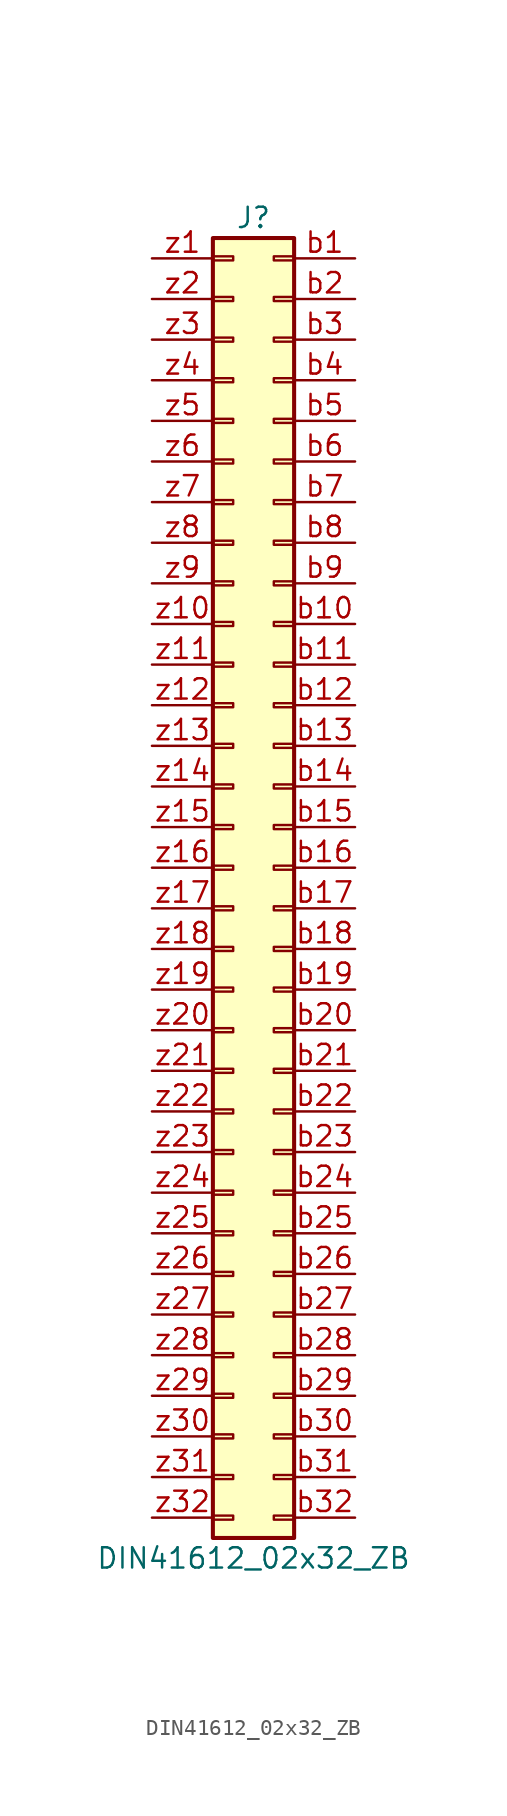
<source format=kicad_sym>
(kicad_symbol_lib
  (version 20220914)
  (generator kicad_symbol_editor)
  (symbol "DIN41612_02x32_ZB"
    (pin_names
      (offset 1.016) hide)
    (property "Reference" "J"
      (at 1.27 40.64 0)
      (effects (font (size 1.27 1.27))))
    (property "Value" "DIN41612_02x32_ZB"
      (at 1.27 -43.18 0)
      (effects (font (size 1.27 1.27))))
    (symbol "DIN41612_02x32_ZB_1_1"
      (rectangle (start -1.27 -40.513) (end 0 -40.767) (stroke (width 0.152) (type solid)) (fill (type none)))
      (rectangle (start -1.27 -37.973) (end 0 -38.227) (stroke (width 0.152) (type solid)) (fill (type none)))
      (rectangle (start -1.27 -35.433) (end 0 -35.687) (stroke (width 0.152) (type solid)) (fill (type none)))
      (rectangle (start -1.27 -32.893) (end 0 -33.147) (stroke (width 0.152) (type solid)) (fill (type none)))
      (rectangle (start -1.27 -30.353) (end 0 -30.607) (stroke (width 0.152) (type solid)) (fill (type none)))
      (rectangle (start -1.27 -27.813) (end 0 -28.067) (stroke (width 0.152) (type solid)) (fill (type none)))
      (rectangle (start -1.27 -25.273) (end 0 -25.527) (stroke (width 0.152) (type solid)) (fill (type none)))
      (rectangle (start -1.27 -22.733) (end 0 -22.987) (stroke (width 0.152) (type solid)) (fill (type none)))
      (rectangle (start -1.27 -20.193) (end 0 -20.447) (stroke (width 0.152) (type solid)) (fill (type none)))
      (rectangle (start -1.27 -17.653) (end 0 -17.907) (stroke (width 0.152) (type solid)) (fill (type none)))
      (rectangle (start -1.27 -15.113) (end 0 -15.367) (stroke (width 0.152) (type solid)) (fill (type none)))
      (rectangle (start -1.27 -12.573) (end 0 -12.827) (stroke (width 0.152) (type solid)) (fill (type none)))
      (rectangle (start -1.27 -10.033) (end 0 -10.287) (stroke (width 0.152) (type solid)) (fill (type none)))
      (rectangle (start -1.27 -7.493) (end 0 -7.747) (stroke (width 0.152) (type solid)) (fill (type none)))
      (rectangle (start -1.27 -4.953) (end 0 -5.207) (stroke (width 0.152) (type solid)) (fill (type none)))
      (rectangle (start -1.27 -2.413) (end 0 -2.667) (stroke (width 0.152) (type solid)) (fill (type none)))
      (rectangle (start -1.27 0.127) (end 0 -0.127) (stroke (width 0.152) (type solid)) (fill (type none)))
      (rectangle (start -1.27 2.667) (end 0 2.413) (stroke (width 0.152) (type solid)) (fill (type none)))
      (rectangle (start -1.27 5.207) (end 0 4.953) (stroke (width 0.152) (type solid)) (fill (type none)))
      (rectangle (start -1.27 7.747) (end 0 7.493) (stroke (width 0.152) (type solid)) (fill (type none)))
      (rectangle (start -1.27 10.287) (end 0 10.033) (stroke (width 0.152) (type solid)) (fill (type none)))
      (rectangle (start -1.27 12.827) (end 0 12.573) (stroke (width 0.152) (type solid)) (fill (type none)))
      (rectangle (start -1.27 15.367) (end 0 15.113) (stroke (width 0.152) (type solid)) (fill (type none)))
      (rectangle (start -1.27 17.907) (end 0 17.653) (stroke (width 0.152) (type solid)) (fill (type none)))
      (rectangle (start -1.27 20.447) (end 0 20.193) (stroke (width 0.152) (type solid)) (fill (type none)))
      (rectangle (start -1.27 22.987) (end 0 22.733) (stroke (width 0.152) (type solid)) (fill (type none)))
      (rectangle (start -1.27 25.527) (end 0 25.273) (stroke (width 0.152) (type solid)) (fill (type none)))
      (rectangle (start -1.27 28.067) (end 0 27.813) (stroke (width 0.152) (type solid)) (fill (type none)))
      (rectangle (start -1.27 30.607) (end 0 30.353) (stroke (width 0.152) (type solid)) (fill (type none)))
      (rectangle (start -1.27 33.147) (end 0 32.893) (stroke (width 0.152) (type solid)) (fill (type none)))
      (rectangle (start -1.27 35.687) (end 0 35.433) (stroke (width 0.152) (type solid)) (fill (type none)))
      (rectangle (start -1.27 38.227) (end 0 37.973) (stroke (width 0.152) (type solid)) (fill (type none)))
      (rectangle (start -1.27 39.37) (end 3.81 -41.91) (stroke (width 0.254) (type solid)) (fill (type background)))
      (rectangle (start 3.81 -40.513) (end 2.54 -40.767) (stroke (width 0.152) (type solid)) (fill (type none)))
      (rectangle (start 3.81 -37.973) (end 2.54 -38.227) (stroke (width 0.152) (type solid)) (fill (type none)))
      (rectangle (start 3.81 -35.433) (end 2.54 -35.687) (stroke (width 0.152) (type solid)) (fill (type none)))
      (rectangle (start 3.81 -32.893) (end 2.54 -33.147) (stroke (width 0.152) (type solid)) (fill (type none)))
      (rectangle (start 3.81 -30.353) (end 2.54 -30.607) (stroke (width 0.152) (type solid)) (fill (type none)))
      (rectangle (start 3.81 -27.813) (end 2.54 -28.067) (stroke (width 0.152) (type solid)) (fill (type none)))
      (rectangle (start 3.81 -25.273) (end 2.54 -25.527) (stroke (width 0.152) (type solid)) (fill (type none)))
      (rectangle (start 3.81 -22.733) (end 2.54 -22.987) (stroke (width 0.152) (type solid)) (fill (type none)))
      (rectangle (start 3.81 -20.193) (end 2.54 -20.447) (stroke (width 0.152) (type solid)) (fill (type none)))
      (rectangle (start 3.81 -17.653) (end 2.54 -17.907) (stroke (width 0.152) (type solid)) (fill (type none)))
      (rectangle (start 3.81 -15.113) (end 2.54 -15.367) (stroke (width 0.152) (type solid)) (fill (type none)))
      (rectangle (start 3.81 -12.573) (end 2.54 -12.827) (stroke (width 0.152) (type solid)) (fill (type none)))
      (rectangle (start 3.81 -10.033) (end 2.54 -10.287) (stroke (width 0.152) (type solid)) (fill (type none)))
      (rectangle (start 3.81 -7.493) (end 2.54 -7.747) (stroke (width 0.152) (type solid)) (fill (type none)))
      (rectangle (start 3.81 -4.953) (end 2.54 -5.207) (stroke (width 0.152) (type solid)) (fill (type none)))
      (rectangle (start 3.81 -2.413) (end 2.54 -2.667) (stroke (width 0.152) (type solid)) (fill (type none)))
      (rectangle (start 3.81 0.127) (end 2.54 -0.127) (stroke (width 0.152) (type solid)) (fill (type none)))
      (rectangle (start 3.81 2.667) (end 2.54 2.413) (stroke (width 0.152) (type solid)) (fill (type none)))
      (rectangle (start 3.81 5.207) (end 2.54 4.953) (stroke (width 0.152) (type solid)) (fill (type none)))
      (rectangle (start 3.81 7.747) (end 2.54 7.493) (stroke (width 0.152) (type solid)) (fill (type none)))
      (rectangle (start 3.81 10.287) (end 2.54 10.033) (stroke (width 0.152) (type solid)) (fill (type none)))
      (rectangle (start 3.81 12.827) (end 2.54 12.573) (stroke (width 0.152) (type solid)) (fill (type none)))
      (rectangle (start 3.81 15.367) (end 2.54 15.113) (stroke (width 0.152) (type solid)) (fill (type none)))
      (rectangle (start 3.81 17.907) (end 2.54 17.653) (stroke (width 0.152) (type solid)) (fill (type none)))
      (rectangle (start 3.81 20.447) (end 2.54 20.193) (stroke (width 0.152) (type solid)) (fill (type none)))
      (rectangle (start 3.81 22.987) (end 2.54 22.733) (stroke (width 0.152) (type solid)) (fill (type none)))
      (rectangle (start 3.81 25.527) (end 2.54 25.273) (stroke (width 0.152) (type solid)) (fill (type none)))
      (rectangle (start 3.81 28.067) (end 2.54 27.813) (stroke (width 0.152) (type solid)) (fill (type none)))
      (rectangle (start 3.81 30.607) (end 2.54 30.353) (stroke (width 0.152) (type solid)) (fill (type none)))
      (rectangle (start 3.81 33.147) (end 2.54 32.893) (stroke (width 0.152) (type solid)) (fill (type none)))
      (rectangle (start 3.81 35.687) (end 2.54 35.433) (stroke (width 0.152) (type solid)) (fill (type none)))
      (rectangle (start 3.81 38.227) (end 2.54 37.973) (stroke (width 0.152) (type solid)) (fill (type none)))
      (pin passive line (at 7.62 38.1 180) (length 3.81) (name "Pin_b1" (effects (font (size 1.27 1.27)))) (number "b1" (effects (font (size 1.27 1.27)))))
      (pin passive line (at 7.62 15.24 180) (length 3.81) (name "Pin_b10" (effects (font (size 1.27 1.27)))) (number "b10" (effects (font (size 1.27 1.27)))))
      (pin passive line (at 7.62 12.7 180) (length 3.81) (name "Pin_b11" (effects (font (size 1.27 1.27)))) (number "b11" (effects (font (size 1.27 1.27)))))
      (pin passive line (at 7.62 10.16 180) (length 3.81) (name "Pin_b12" (effects (font (size 1.27 1.27)))) (number "b12" (effects (font (size 1.27 1.27)))))
      (pin passive line (at 7.62 7.62 180) (length 3.81) (name "Pin_b13" (effects (font (size 1.27 1.27)))) (number "b13" (effects (font (size 1.27 1.27)))))
      (pin passive line (at 7.62 5.08 180) (length 3.81) (name "Pin_b14" (effects (font (size 1.27 1.27)))) (number "b14" (effects (font (size 1.27 1.27)))))
      (pin passive line (at 7.62 2.54 180) (length 3.81) (name "Pin_b15" (effects (font (size 1.27 1.27)))) (number "b15" (effects (font (size 1.27 1.27)))))
      (pin passive line (at 7.62 0 180) (length 3.81) (name "Pin_b16" (effects (font (size 1.27 1.27)))) (number "b16" (effects (font (size 1.27 1.27)))))
      (pin passive line (at 7.62 -2.54 180) (length 3.81) (name "Pin_b17" (effects (font (size 1.27 1.27)))) (number "b17" (effects (font (size 1.27 1.27)))))
      (pin passive line (at 7.62 -5.08 180) (length 3.81) (name "Pin_b18" (effects (font (size 1.27 1.27)))) (number "b18" (effects (font (size 1.27 1.27)))))
      (pin passive line (at 7.62 -7.62 180) (length 3.81) (name "Pin_b19" (effects (font (size 1.27 1.27)))) (number "b19" (effects (font (size 1.27 1.27)))))
      (pin passive line (at 7.62 35.56 180) (length 3.81) (name "Pin_b2" (effects (font (size 1.27 1.27)))) (number "b2" (effects (font (size 1.27 1.27)))))
      (pin passive line (at 7.62 -10.16 180) (length 3.81) (name "Pin_b20" (effects (font (size 1.27 1.27)))) (number "b20" (effects (font (size 1.27 1.27)))))
      (pin passive line (at 7.62 -12.7 180) (length 3.81) (name "Pin_b21" (effects (font (size 1.27 1.27)))) (number "b21" (effects (font (size 1.27 1.27)))))
      (pin passive line (at 7.62 -15.24 180) (length 3.81) (name "Pin_b22" (effects (font (size 1.27 1.27)))) (number "b22" (effects (font (size 1.27 1.27)))))
      (pin passive line (at 7.62 -17.78 180) (length 3.81) (name "Pin_b23" (effects (font (size 1.27 1.27)))) (number "b23" (effects (font (size 1.27 1.27)))))
      (pin passive line (at 7.62 -20.32 180) (length 3.81) (name "Pin_b24" (effects (font (size 1.27 1.27)))) (number "b24" (effects (font (size 1.27 1.27)))))
      (pin passive line (at 7.62 -22.86 180) (length 3.81) (name "Pin_b25" (effects (font (size 1.27 1.27)))) (number "b25" (effects (font (size 1.27 1.27)))))
      (pin passive line (at 7.62 -25.4 180) (length 3.81) (name "Pin_b26" (effects (font (size 1.27 1.27)))) (number "b26" (effects (font (size 1.27 1.27)))))
      (pin passive line (at 7.62 -27.94 180) (length 3.81) (name "Pin_b27" (effects (font (size 1.27 1.27)))) (number "b27" (effects (font (size 1.27 1.27)))))
      (pin passive line (at 7.62 -30.48 180) (length 3.81) (name "Pin_b28" (effects (font (size 1.27 1.27)))) (number "b28" (effects (font (size 1.27 1.27)))))
      (pin passive line (at 7.62 -33.02 180) (length 3.81) (name "Pin_b29" (effects (font (size 1.27 1.27)))) (number "b29" (effects (font (size 1.27 1.27)))))
      (pin passive line (at 7.62 33.02 180) (length 3.81) (name "Pin_b3" (effects (font (size 1.27 1.27)))) (number "b3" (effects (font (size 1.27 1.27)))))
      (pin passive line (at 7.62 -35.56 180) (length 3.81) (name "Pin_b30" (effects (font (size 1.27 1.27)))) (number "b30" (effects (font (size 1.27 1.27)))))
      (pin passive line (at 7.62 -38.1 180) (length 3.81) (name "Pin_b31" (effects (font (size 1.27 1.27)))) (number "b31" (effects (font (size 1.27 1.27)))))
      (pin passive line (at 7.62 -40.64 180) (length 3.81) (name "Pin_b32" (effects (font (size 1.27 1.27)))) (number "b32" (effects (font (size 1.27 1.27)))))
      (pin passive line (at 7.62 30.48 180) (length 3.81) (name "Pin_b4" (effects (font (size 1.27 1.27)))) (number "b4" (effects (font (size 1.27 1.27)))))
      (pin passive line (at 7.62 27.94 180) (length 3.81) (name "Pin_b5" (effects (font (size 1.27 1.27)))) (number "b5" (effects (font (size 1.27 1.27)))))
      (pin passive line (at 7.62 25.4 180) (length 3.81) (name "Pin_b6" (effects (font (size 1.27 1.27)))) (number "b6" (effects (font (size 1.27 1.27)))))
      (pin passive line (at 7.62 22.86 180) (length 3.81) (name "Pin_b7" (effects (font (size 1.27 1.27)))) (number "b7" (effects (font (size 1.27 1.27)))))
      (pin passive line (at 7.62 20.32 180) (length 3.81) (name "Pin_b8" (effects (font (size 1.27 1.27)))) (number "b8" (effects (font (size 1.27 1.27)))))
      (pin passive line (at 7.62 17.78 180) (length 3.81) (name "Pin_b9" (effects (font (size 1.27 1.27)))) (number "b9" (effects (font (size 1.27 1.27)))))
      (pin passive line (at -5.08 38.1 0) (length 3.81) (name "Pin_z1" (effects (font (size 1.27 1.27)))) (number "z1" (effects (font (size 1.27 1.27)))))
      (pin passive line (at -5.08 15.24 0) (length 3.81) (name "Pin_z10" (effects (font (size 1.27 1.27)))) (number "z10" (effects (font (size 1.27 1.27)))))
      (pin passive line (at -5.08 12.7 0) (length 3.81) (name "Pin_z11" (effects (font (size 1.27 1.27)))) (number "z11" (effects (font (size 1.27 1.27)))))
      (pin passive line (at -5.08 10.16 0) (length 3.81) (name "Pin_z12" (effects (font (size 1.27 1.27)))) (number "z12" (effects (font (size 1.27 1.27)))))
      (pin passive line (at -5.08 7.62 0) (length 3.81) (name "Pin_z13" (effects (font (size 1.27 1.27)))) (number "z13" (effects (font (size 1.27 1.27)))))
      (pin passive line (at -5.08 5.08 0) (length 3.81) (name "Pin_z14" (effects (font (size 1.27 1.27)))) (number "z14" (effects (font (size 1.27 1.27)))))
      (pin passive line (at -5.08 2.54 0) (length 3.81) (name "Pin_z15" (effects (font (size 1.27 1.27)))) (number "z15" (effects (font (size 1.27 1.27)))))
      (pin passive line (at -5.08 0 0) (length 3.81) (name "Pin_z16" (effects (font (size 1.27 1.27)))) (number "z16" (effects (font (size 1.27 1.27)))))
      (pin passive line (at -5.08 -2.54 0) (length 3.81) (name "Pin_z17" (effects (font (size 1.27 1.27)))) (number "z17" (effects (font (size 1.27 1.27)))))
      (pin passive line (at -5.08 -5.08 0) (length 3.81) (name "Pin_z18" (effects (font (size 1.27 1.27)))) (number "z18" (effects (font (size 1.27 1.27)))))
      (pin passive line (at -5.08 -7.62 0) (length 3.81) (name "Pin_z19" (effects (font (size 1.27 1.27)))) (number "z19" (effects (font (size 1.27 1.27)))))
      (pin passive line (at -5.08 35.56 0) (length 3.81) (name "Pin_z2" (effects (font (size 1.27 1.27)))) (number "z2" (effects (font (size 1.27 1.27)))))
      (pin passive line (at -5.08 -10.16 0) (length 3.81) (name "Pin_z20" (effects (font (size 1.27 1.27)))) (number "z20" (effects (font (size 1.27 1.27)))))
      (pin passive line (at -5.08 -12.7 0) (length 3.81) (name "Pin_z21" (effects (font (size 1.27 1.27)))) (number "z21" (effects (font (size 1.27 1.27)))))
      (pin passive line (at -5.08 -15.24 0) (length 3.81) (name "Pin_z22" (effects (font (size 1.27 1.27)))) (number "z22" (effects (font (size 1.27 1.27)))))
      (pin passive line (at -5.08 -17.78 0) (length 3.81) (name "Pin_z23" (effects (font (size 1.27 1.27)))) (number "z23" (effects (font (size 1.27 1.27)))))
      (pin passive line (at -5.08 -20.32 0) (length 3.81) (name "Pin_z24" (effects (font (size 1.27 1.27)))) (number "z24" (effects (font (size 1.27 1.27)))))
      (pin passive line (at -5.08 -22.86 0) (length 3.81) (name "Pin_z25" (effects (font (size 1.27 1.27)))) (number "z25" (effects (font (size 1.27 1.27)))))
      (pin passive line (at -5.08 -25.4 0) (length 3.81) (name "Pin_z26" (effects (font (size 1.27 1.27)))) (number "z26" (effects (font (size 1.27 1.27)))))
      (pin passive line (at -5.08 -27.94 0) (length 3.81) (name "Pin_z27" (effects (font (size 1.27 1.27)))) (number "z27" (effects (font (size 1.27 1.27)))))
      (pin passive line (at -5.08 -30.48 0) (length 3.81) (name "Pin_z28" (effects (font (size 1.27 1.27)))) (number "z28" (effects (font (size 1.27 1.27)))))
      (pin passive line (at -5.08 -33.02 0) (length 3.81) (name "Pin_z29" (effects (font (size 1.27 1.27)))) (number "z29" (effects (font (size 1.27 1.27)))))
      (pin passive line (at -5.08 33.02 0) (length 3.81) (name "Pin_z3" (effects (font (size 1.27 1.27)))) (number "z3" (effects (font (size 1.27 1.27)))))
      (pin passive line (at -5.08 -35.56 0) (length 3.81) (name "Pin_z30" (effects (font (size 1.27 1.27)))) (number "z30" (effects (font (size 1.27 1.27)))))
      (pin passive line (at -5.08 -38.1 0) (length 3.81) (name "Pin_z31" (effects (font (size 1.27 1.27)))) (number "z31" (effects (font (size 1.27 1.27)))))
      (pin passive line (at -5.08 -40.64 0) (length 3.81) (name "Pin_z32" (effects (font (size 1.27 1.27)))) (number "z32" (effects (font (size 1.27 1.27)))))
      (pin passive line (at -5.08 30.48 0) (length 3.81) (name "Pin_z4" (effects (font (size 1.27 1.27)))) (number "z4" (effects (font (size 1.27 1.27)))))
      (pin passive line (at -5.08 27.94 0) (length 3.81) (name "Pin_z5" (effects (font (size 1.27 1.27)))) (number "z5" (effects (font (size 1.27 1.27)))))
      (pin passive line (at -5.08 25.4 0) (length 3.81) (name "Pin_z6" (effects (font (size 1.27 1.27)))) (number "z6" (effects (font (size 1.27 1.27)))))
      (pin passive line (at -5.08 22.86 0) (length 3.81) (name "Pin_z7" (effects (font (size 1.27 1.27)))) (number "z7" (effects (font (size 1.27 1.27)))))
      (pin passive line (at -5.08 20.32 0) (length 3.81) (name "Pin_z8" (effects (font (size 1.27 1.27)))) (number "z8" (effects (font (size 1.27 1.27)))))
      (pin passive line (at -5.08 17.78 0) (length 3.81) (name "Pin_z9" (effects (font (size 1.27 1.27)))) (number "z9" (effects (font (size 1.27 1.27))))))))
</source>
